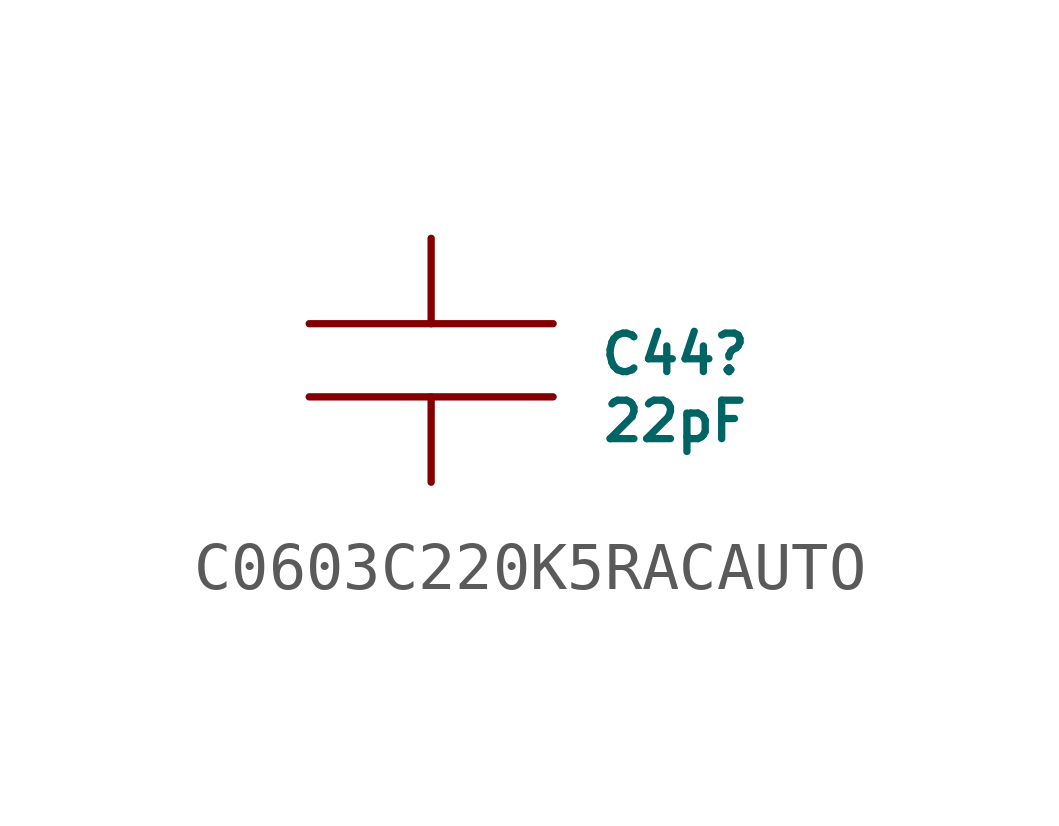
<source format=kicad_sym>
(kicad_symbol_lib
  (version 20220914)
  (generator kicad_symbol_editor)
  (symbol "C0603C220K5RACAUTO"
    (pin_numbers hide)
    (pin_names
      (offset 1.016) hide)
    (property "Reference" "C44"
      (at 5.08 -2.413 0)
      (do_not_autoplace)
      (effects (font (size 0.8 0.8))))
    (property "Value" "22pF"
      (at 5.08 -3.81 0)
      (do_not_autoplace)
      (effects (font (size 0.8 0.8))))
    (symbol "C0603C220K5RACAUTO_1_1"
      (polyline (pts (xy 2.54 -3.302) (xy -2.54 -3.302)) (stroke (width 0) (type solid)) (fill (type none)))
      (polyline (pts (xy 2.54 -1.778) (xy -2.54 -1.778)) (stroke (width 0) (type solid)) (fill (type none)))
      (pin passive line (at 0 0 270) (length 1.778) (name "1" (effects (font (size 0 0)))) (number "1" (effects (font (size 1.016 1.016)))))
      (pin passive line (at 0 -5.08 90) (length 1.778) (name "2" (effects (font (size 0 0)))) (number "2" (effects (font (size 1.016 1.016))))))))
</source>
